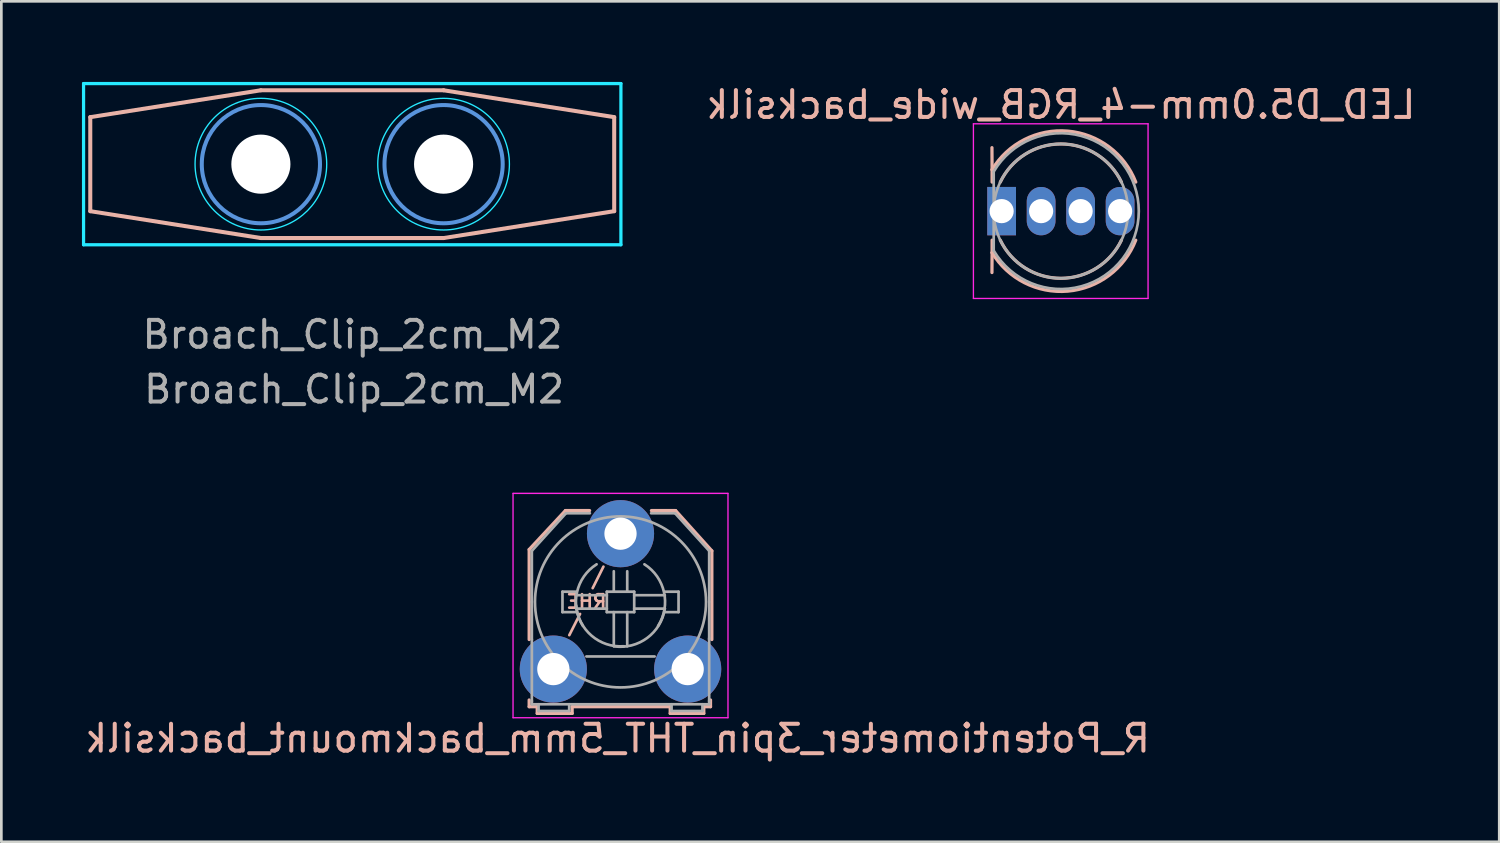
<source format=kicad_pcb>
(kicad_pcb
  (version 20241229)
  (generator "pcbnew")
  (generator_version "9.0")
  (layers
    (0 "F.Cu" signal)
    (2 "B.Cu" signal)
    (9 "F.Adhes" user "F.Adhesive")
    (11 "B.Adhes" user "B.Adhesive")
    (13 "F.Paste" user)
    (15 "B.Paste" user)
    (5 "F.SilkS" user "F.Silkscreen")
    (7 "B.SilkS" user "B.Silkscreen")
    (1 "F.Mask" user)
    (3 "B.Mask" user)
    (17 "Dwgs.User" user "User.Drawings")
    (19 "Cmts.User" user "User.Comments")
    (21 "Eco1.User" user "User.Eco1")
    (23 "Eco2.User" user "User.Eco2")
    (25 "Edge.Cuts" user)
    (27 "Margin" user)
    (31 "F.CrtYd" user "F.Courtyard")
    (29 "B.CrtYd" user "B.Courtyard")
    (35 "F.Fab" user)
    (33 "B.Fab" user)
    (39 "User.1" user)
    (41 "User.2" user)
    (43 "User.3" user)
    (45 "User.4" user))
  (footprint "Broach_Clip_2cm_M2"
    (layer "F.Cu")
    (at 10.06 3.06)
    (property "Reference" "Broach_Clip_2cm_M2" (at 0.01 6.34 0) (layer "F.Fab") (effects (font (size 1 1) (thickness 0.15))))
    (attr exclude_from_pos_files exclude_from_bom)
    (fp_line (start -9.75 -1.75) (end -3.4 -2.75) (stroke (width 0.15) (type solid)) (layer "B.SilkS"))
    (fp_line (start -9.75 1.75) (end -9.75 -1.75) (stroke (width 0.15) (type solid)) (layer "B.SilkS"))
    (fp_line (start -9.75 1.75) (end -3.4 2.75) (stroke (width 0.15) (type solid)) (layer "B.SilkS"))
    (fp_line (start -3.4 -2.75) (end 3.4 -2.75) (stroke (width 0.15) (type solid)) (layer "B.SilkS"))
    (fp_line (start -3.4 2.75) (end 3.4 2.75) (stroke (width 0.15) (type solid)) (layer "B.SilkS"))
    (fp_line (start 3.4 -2.75) (end 9.75 -1.75) (stroke (width 0.15) (type solid)) (layer "B.SilkS"))
    (fp_line (start 3.4 2.75) (end 9.75 1.75) (stroke (width 0.15) (type solid)) (layer "B.SilkS"))
    (fp_line (start 9.75 1.75) (end 9.75 -1.75) (stroke (width 0.15) (type solid)) (layer "B.SilkS"))
    (fp_circle (center -3.4 0) (end -1.2 0) (stroke (width 0.15) (type solid)) (fill no) (layer "Cmts.User"))
    (fp_circle (center 3.4 0) (end 5.6 0) (stroke (width 0.15) (type solid)) (fill no) (layer "Cmts.User"))
    (fp_line (start -10 -3) (end -10 3) (stroke (width 0.12) (type solid)) (layer "B.CrtYd"))
    (fp_line (start -10 -3) (end 10 -3) (stroke (width 0.12) (type solid)) (layer "B.CrtYd"))
    (fp_line (start 10 -3) (end 10 3) (stroke (width 0.12) (type solid)) (layer "B.CrtYd"))
    (fp_line (start 10 3) (end -10 3) (stroke (width 0.12) (type solid)) (layer "B.CrtYd"))
    (fp_circle (center -3.4 0) (end -0.95 0) (stroke (width 0.05) (type solid)) (fill no) (layer "B.CrtYd"))
    (fp_circle (center 3.4 0) (end 5.85 0) (stroke (width 0.05) (type solid)) (fill no) (layer "B.CrtYd"))
    (fp_text user "${REFERENCE}" (at 0.07 8.38 0) (layer "F.Fab") (effects (font (size 1 1) (thickness 0.15))))
    (pad "" np_thru_hole circle (at -3.4 0) (size 2.2 2.2) (drill 2.2) (layers "*.Cu" "*.Mask"))
    (pad "" np_thru_hole circle (at 3.4 0) (size 2.2 2.2) (drill 2.2) (layers "*.Cu" "*.Mask")))
  (footprint "LED_D5.0mm-4_RGB_wide_backsilk"
    (layer "F.Cu")
    (at 34.53 4.808)
    (property "Reference" "LED_D5.0mm-4_RGB_wide_backsilk" (at 1.905 -3.96 0) (layer "B.SilkS") (effects (font (size 1 1) (thickness 0.15)) (justify mirror)))
    (attr through_hole)
    (fp_line (start -0.655 -1.545) (end -0.655 -1.08) (stroke (width 0.12) (type solid)) (layer "B.SilkS"))
    (fp_line (start -0.655 -1.545) (end -0.66 -2.362) (stroke (width 0.12) (type solid)) (layer "B.SilkS"))
    (fp_line (start -0.655 1.08) (end -0.655 1.545) (stroke (width 0.12) (type solid)) (layer "B.SilkS"))
    (fp_line (start -0.655 1.545) (end -0.66 2.286) (stroke (width 0.12) (type solid)) (layer "B.SilkS"))
    (fp_arc (start -0.655 -1.54483) (mid 2.163456 -2.978809) (end 4.692815 -1.080827) (stroke (width 0.12) (type solid)) (layer "B.SilkS"))
    (fp_arc (start -0.349684 -1.08) (mid 1.904762 -2.5) (end 4.159479 -1.080429) (stroke (width 0.12) (type solid)) (layer "B.SilkS"))
    (fp_arc (start 4.159479 1.080429) (mid 1.904762 2.5) (end -0.349684 1.08) (stroke (width 0.12) (type solid)) (layer "B.SilkS"))
    (fp_arc (start 4.692815 1.080827) (mid 2.163456 2.978808) (end -0.655 1.54483) (stroke (width 0.12) (type solid)) (layer "B.SilkS"))
    (fp_line (start -1.35 -3.25) (end -1.35 3.25) (stroke (width 0.05) (type solid)) (layer "F.CrtYd"))
    (fp_line (start -1.35 3.25) (end 5.15 3.25) (stroke (width 0.05) (type solid)) (layer "F.CrtYd"))
    (fp_line (start 5.15 -3.25) (end -1.35 -3.25) (stroke (width 0.05) (type solid)) (layer "F.CrtYd"))
    (fp_line (start 5.15 3.25) (end 5.15 -3.25) (stroke (width 0.05) (type solid)) (layer "F.CrtYd"))
    (fp_line (start -0.595 -1.47) (end -0.595 1.47) (stroke (width 0.1) (type solid)) (layer "F.Fab"))
    (fp_arc (start -0.595 -1.469694) (mid 4.805 0.000016) (end -0.595016 1.469666) (stroke (width 0.1) (type solid)) (layer "F.Fab"))
    (fp_circle (center 1.905 0) (end 4.405 0) (stroke (width 0.1) (type solid)) (fill no) (layer "F.Fab"))
    (pad "1" thru_hole rect (at -0.3 0) (size 1.07 1.8) (drill 0.9) (layers "*.Cu" "*.Mask"))
    (pad "2" thru_hole oval (at 1.17 0) (size 1.07 1.8) (drill 0.9) (layers "*.Cu" "*.Mask"))
    (pad "3" thru_hole oval (at 2.64 0) (size 1.07 1.8) (drill 0.9) (layers "*.Cu" "*.Mask"))
    (pad "4" thru_hole oval (at 4.11 0) (size 1.07 1.8) (drill 0.9) (layers "*.Cu" "*.Mask")))
  (footprint "R_Potentiometer_3pin_THT_5mm_backmount_backsilk"
    (layer "F.Cu")
    (at 17.545 21.853)
    (property "Reference" "R_Potentiometer_3pin_THT_5mm_backmount_backsilk" (at 2.39 2.58 0) (layer "B.SilkS") (effects (font (size 1 1) (thickness 0.15)) (justify mirror)))
    (attr through_hole)
    (fp_line (start -0.9 -4.45) (end 0.45 -5.9) (stroke (width 0.12) (type solid)) (layer "B.SilkS"))
    (fp_line (start -0.9 -1.1) (end -0.9 -4.45) (stroke (width 0.12) (type solid)) (layer "B.SilkS"))
    (fp_line (start -0.9 1.4) (end -0.9 1.15) (stroke (width 0.12) (type solid)) (layer "B.SilkS"))
    (fp_line (start -0.6 1.4) (end -0.9 1.4) (stroke (width 0.12) (type solid)) (layer "B.SilkS"))
    (fp_line (start -0.6 1.65) (end -0.6 1.4) (stroke (width 0.12) (type solid)) (layer "B.SilkS"))
    (fp_line (start 0.45 -5.9) (end 1.35 -5.9) (stroke (width 0.12) (type solid)) (layer "B.SilkS"))
    (fp_line (start 0.7 1.4) (end 0.7 1.65) (stroke (width 0.12) (type solid)) (layer "B.SilkS"))
    (fp_line (start 0.7 1.65) (end -0.6 1.65) (stroke (width 0.12) (type solid)) (layer "B.SilkS"))
    (fp_line (start 0.994 -2.053) (end 0.594 -1.263) (stroke (width 0.1) (type solid)) (layer "B.SilkS"))
    (fp_line (start 1.864 -3.813) (end 1.464 -3.013) (stroke (width 0.1) (type solid)) (layer "B.SilkS"))
    (fp_line (start 3.65 -5.9) (end 4.55 -5.9) (stroke (width 0.12) (type solid)) (layer "B.SilkS"))
    (fp_line (start 4.35 1.4) (end 0.7 1.4) (stroke (width 0.12) (type solid)) (layer "B.SilkS"))
    (fp_line (start 4.35 1.65) (end 4.35 1.4) (stroke (width 0.12) (type solid)) (layer "B.SilkS"))
    (fp_line (start 4.55 -5.9) (end 5.9 -4.4) (stroke (width 0.12) (type solid)) (layer "B.SilkS"))
    (fp_line (start 5.6 1.4) (end 5.6 1.65) (stroke (width 0.12) (type solid)) (layer "B.SilkS"))
    (fp_line (start 5.6 1.65) (end 4.35 1.65) (stroke (width 0.12) (type solid)) (layer "B.SilkS"))
    (fp_line (start 5.85 1.15) (end 5.85 1.4) (stroke (width 0.12) (type solid)) (layer "B.SilkS"))
    (fp_line (start 5.85 1.4) (end 5.6 1.4) (stroke (width 0.12) (type solid)) (layer "B.SilkS"))
    (fp_line (start 5.9 -4.4) (end 5.9 -1.1) (stroke (width 0.12) (type solid)) (layer "B.SilkS"))
    (fp_line (start -1.5 -6.54) (end -1.5 1.81) (stroke (width 0.05) (type solid)) (layer "F.CrtYd"))
    (fp_line (start -1.5 -6.54) (end 6.5 -6.54) (stroke (width 0.05) (type solid)) (layer "F.CrtYd"))
    (fp_line (start 6.5 1.81) (end -1.5 1.81) (stroke (width 0.05) (type solid)) (layer "F.CrtYd"))
    (fp_line (start 6.5 1.81) (end 6.5 -6.54) (stroke (width 0.05) (type solid)) (layer "F.CrtYd"))
    (fp_line (start -0.8 -4.4) (end -0.8 -2.5) (stroke (width 0.1) (type solid)) (layer "F.Fab"))
    (fp_line (start -0.8 -2.5) (end -0.8 -1.1) (stroke (width 0.1) (type solid)) (layer "F.Fab"))
    (fp_line (start -0.8 -1.1) (end -0.8 1.2) (stroke (width 0.1) (type solid)) (layer "F.Fab"))
    (fp_line (start -0.8 1.31) (end -0.8 1.18) (stroke (width 0.1) (type solid)) (layer "F.Fab"))
    (fp_line (start -0.8 1.31) (end 5.8 1.31) (stroke (width 0.1) (type solid)) (layer "F.Fab"))
    (fp_line (start -0.55 1.31) (end -0.55 1.56) (stroke (width 0.1) (type solid)) (layer "F.Fab"))
    (fp_line (start -0.55 1.56) (end 0.59 1.56) (stroke (width 0.1) (type solid)) (layer "F.Fab"))
    (fp_line (start 0.34 -2.88) (end 0.34 -2.12) (stroke (width 0.1) (type solid)) (layer "F.Fab"))
    (fp_line (start 0.34 -2.12) (end 0.85 -2.12) (stroke (width 0.1) (type solid)) (layer "F.Fab"))
    (fp_line (start 0.47 -5.8) (end -0.8 -4.4) (stroke (width 0.1) (type solid)) (layer "F.Fab"))
    (fp_line (start 0.59 1.56) (end 0.59 1.31) (stroke (width 0.1) (type solid)) (layer "F.Fab"))
    (fp_line (start 0.85 -2.88) (end 0.34 -2.88) (stroke (width 0.1) (type solid)) (layer "F.Fab"))
    (fp_line (start 1.23 -0.47) (end 3.77 -0.47) (stroke (width 0.1) (type solid)) (layer "F.Fab"))
    (fp_line (start 1.36 -5.8) (end 0.47 -5.8) (stroke (width 0.1) (type solid)) (layer "F.Fab"))
    (fp_line (start 1.99 -2.88) (end 1.99 -2.12) (stroke (width 0.1) (type solid)) (layer "F.Fab"))
    (fp_line (start 1.99 -2.75) (end 0.85 -2.75) (stroke (width 0.1) (type solid)) (layer "F.Fab"))
    (fp_line (start 1.99 -2.25) (end 0.85 -2.25) (stroke (width 0.1) (type solid)) (layer "F.Fab"))
    (fp_line (start 1.99 -2.12) (end 3.01 -2.12) (stroke (width 0.1) (type solid)) (layer "F.Fab"))
    (fp_line (start 2.25 -2.88) (end 2.25 -3.64) (stroke (width 0.1) (type solid)) (layer "F.Fab"))
    (fp_line (start 2.25 -2.12) (end 2.25 -0.85) (stroke (width 0.1) (type solid)) (layer "F.Fab"))
    (fp_line (start 2.75 -2.88) (end 2.75 -3.64) (stroke (width 0.1) (type solid)) (layer "F.Fab"))
    (fp_line (start 2.75 -2.12) (end 2.75 -0.85) (stroke (width 0.1) (type solid)) (layer "F.Fab"))
    (fp_line (start 3.01 -2.88) (end 1.99 -2.88) (stroke (width 0.1) (type solid)) (layer "F.Fab"))
    (fp_line (start 3.01 -2.75) (end 4.15 -2.75) (stroke (width 0.1) (type solid)) (layer "F.Fab"))
    (fp_line (start 3.01 -2.25) (end 4.15 -2.25) (stroke (width 0.1) (type solid)) (layer "F.Fab"))
    (fp_line (start 3.01 -2.12) (end 3.01 -2.88) (stroke (width 0.1) (type solid)) (layer "F.Fab"))
    (fp_line (start 4.15 -2.88) (end 4.66 -2.88) (stroke (width 0.1) (type solid)) (layer "F.Fab"))
    (fp_line (start 4.4 1.56) (end 4.4 1.31) (stroke (width 0.1) (type solid)) (layer "F.Fab"))
    (fp_line (start 4.53 -5.8) (end 3.64 -5.8) (stroke (width 0.1) (type solid)) (layer "F.Fab"))
    (fp_line (start 4.53 -5.8) (end 5.8 -4.4) (stroke (width 0.1) (type solid)) (layer "F.Fab"))
    (fp_line (start 4.66 -2.88) (end 4.66 -2.12) (stroke (width 0.1) (type solid)) (layer "F.Fab"))
    (fp_line (start 4.66 -2.12) (end 4.15 -2.12) (stroke (width 0.1) (type solid)) (layer "F.Fab"))
    (fp_line (start 5.55 1.31) (end 5.55 1.56) (stroke (width 0.1) (type solid)) (layer "F.Fab"))
    (fp_line (start 5.55 1.56) (end 4.4 1.56) (stroke (width 0.1) (type solid)) (layer "F.Fab"))
    (fp_line (start 5.8 -4.4) (end 5.8 -2.5) (stroke (width 0.1) (type solid)) (layer "F.Fab"))
    (fp_line (start 5.8 -2.5) (end 5.8 -1.1) (stroke (width 0.1) (type solid)) (layer "F.Fab"))
    (fp_line (start 5.8 1.2) (end 5.8 -1.15) (stroke (width 0.1) (type solid)) (layer "F.Fab"))
    (fp_line (start 5.8 1.31) (end 5.8 1.18) (stroke (width 0.1) (type solid)) (layer "F.Fab"))
    (fp_arc (start 1.1 -1.61) (mid 0.880725 -2.860624) (end 1.61 -3.9) (stroke (width 0.1) (type solid)) (layer "F.Fab"))
    (fp_arc (start 2.63 -0.85) (mid 1.425198 -1.24135) (end 0.85 -2.37) (stroke (width 0.1) (type solid)) (layer "F.Fab"))
    (fp_arc (start 3.39 -3.9) (mid 4.119275 -2.860624) (end 3.9 -1.61) (stroke (width 0.1) (type solid)) (layer "F.Fab"))
    (fp_arc (start 4.15 -2.25) (mid 3.489949 -1.156497) (end 2.25 -0.85) (stroke (width 0.1) (type solid)) (layer "F.Fab"))
    (fp_circle (center 2.5 -2.5) (end 4.7 -0.2) (stroke (width 0.1) (type solid)) (fill no) (layer "F.Fab"))
    (fp_text user "RHE" (at 1.234 -2.513 0) (layer "B.SilkS") (effects (font (size 0.5 0.5) (thickness 0.1)) (justify mirror)))
    (pad "1" thru_hole circle (at 5 0) (size 2.5 2.5) (drill 1.2) (layers "*.Cu" "*.Mask"))
    (pad "2" thru_hole circle (at 2.5 -5.04) (size 2.5 2.5) (drill 1.2) (layers "*.Cu" "*.Mask"))
    (pad "3" thru_hole circle (at 0 0) (size 2.5 2.5) (drill 1.2) (layers "*.Cu" "*.Mask")))
  (gr_rect
    (start -3 -3)
    (end 52.751 28.282)
    (stroke (width 0.1) (type default))
    (fill no)
    (layer "Edge.Cuts")))
</source>
